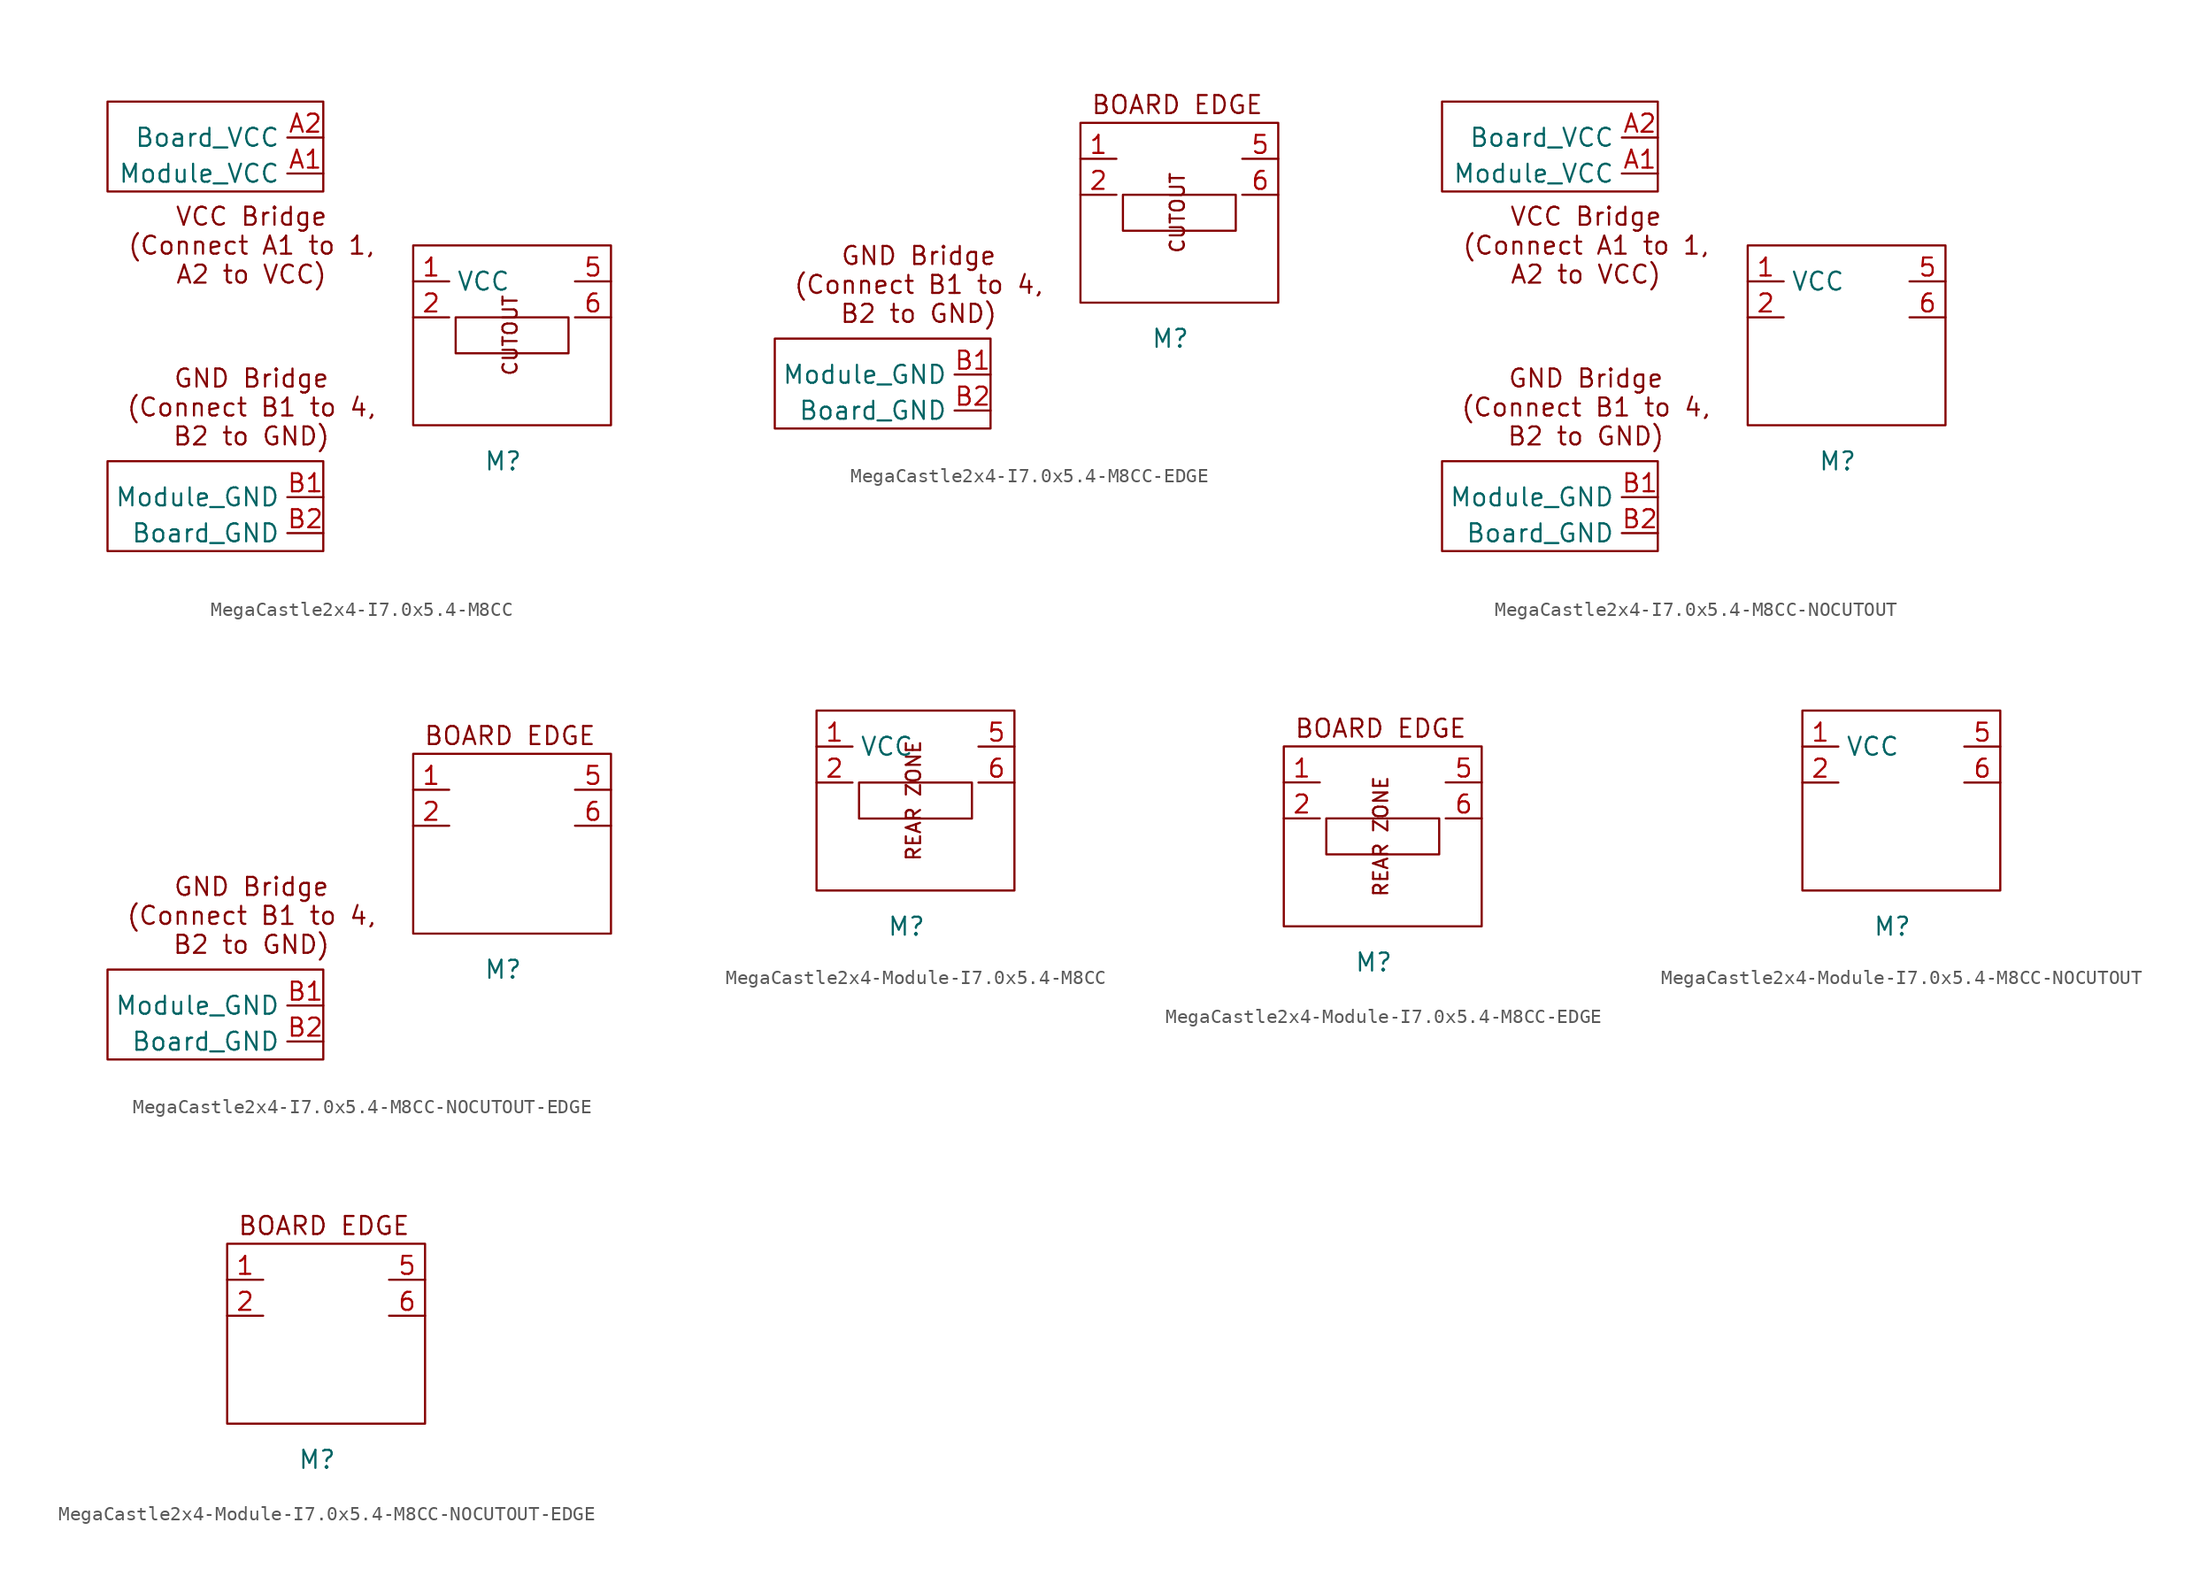
<source format=kicad_sym>
(kicad_symbol_lib
  (version 20241209)
  (generator "kicad_symbol_editor")
  (generator_version "9.0")
  (symbol "MegaCastle2x4-I7.0x5.4-M8CC"
    (property "Reference" "M"
      (at 0 -8.89 0)
      (effects (font (size 1.27 1.27))))
    (property "Value" ""
      (at 0 5.08 0)
      (effects (font (size 1.27 1.27))))
    (symbol "MegaCastle2x4-I7.0x5.4-M8CC_0_1"
      (rectangle (start -27.94 16.51) (end -12.7 10.16) (stroke (width 0) (type default)) (fill (type none)))
      (rectangle (start -27.94 -8.89) (end -12.7 -15.24) (stroke (width 0) (type default)) (fill (type none)))
      (rectangle (start -6.35 6.35) (end 7.62 -6.35) (stroke (width 0) (type default)) (fill (type none)))
      (rectangle (start -3.35 1.27) (end 4.62 -1.27) (stroke (width 0) (type default)) (fill (type none))))
    (symbol "MegaCastle2x4-I7.0x5.4-M8CC_1_1"
      (text "VCC Bridge\n(Connect A1 to 1,\nA2 to VCC)" (at -17.78 6.35 0) (effects (font (size 1.27 1.27))))
      (text "GND Bridge\n(Connect B1 to 4,\nB2 to GND)" (at -17.78 -5.08 0) (effects (font (size 1.27 1.27))))
      (text "CUTOUT" (at 0.5 0 900) (effects (font (size 1 1))))
      (pin bidirectional line (at -12.7 13.97 180) (length 2.54) (name "Board_VCC" (effects (font (size 1.27 1.27)))) (number "A2" (effects (font (size 1.27 1.27)))))
      (pin bidirectional line (at -12.7 11.43 180) (length 2.54) (name "Module_VCC" (effects (font (size 1.27 1.27)))) (number "A1" (effects (font (size 1.27 1.27)))))
      (pin bidirectional line (at -12.7 -11.43 180) (length 2.54) (name "Module_GND" (effects (font (size 1.27 1.27)))) (number "B1" (effects (font (size 1.27 1.27)))))
      (pin bidirectional line (at -12.7 -13.97 180) (length 2.54) (name "Board_GND" (effects (font (size 1.27 1.27)))) (number "B2" (effects (font (size 1.27 1.27)))))
      (pin bidirectional line (at -6.35 3.81 0) (length 2.54) (name "VCC" (effects (font (size 1.27 1.27)))) (number "1" (effects (font (size 1.27 1.27)))))
      (pin bidirectional line (at -6.35 1.27 0) (length 2.54) (name "" (effects (font (size 1.27 1.27)))) (number "2" (effects (font (size 1.27 1.27)))))
      (pin bidirectional line (at 7.62 3.81 180) (length 2.54) (name "" (effects (font (size 1.27 1.27)))) (number "5" (effects (font (size 1.27 1.27)))))
      (pin bidirectional line (at 7.62 1.27 180) (length 2.54) (name "" (effects (font (size 1.27 1.27)))) (number "6" (effects (font (size 1.27 1.27)))))))
  (symbol "MegaCastle2x4-I7.0x5.4-M8CC-EDGE"
    (property "Reference" "M"
      (at 0 -8.89 0)
      (effects (font (size 1.27 1.27))))
    (property "Value" ""
      (at 0 5.08 0)
      (effects (font (size 1.27 1.27))))
    (symbol "MegaCastle2x4-I7.0x5.4-M8CC-EDGE_0_1"
      (rectangle (start -27.94 -8.89) (end -12.7 -15.24) (stroke (width 0) (type default)) (fill (type none)))
      (rectangle (start -6.35 6.35) (end 7.62 -6.35) (stroke (width 0) (type default)) (fill (type none)))
      (rectangle (start -3.35 1.27) (end 4.62 -1.27) (stroke (width 0) (type default)) (fill (type none))))
    (symbol "MegaCastle2x4-I7.0x5.4-M8CC-EDGE_1_1"
      (text "GND Bridge\n(Connect B1 to 4,\nB2 to GND)" (at -17.78 -5.08 0) (effects (font (size 1.27 1.27))))
      (text " BOARD EDGE" (at 0 7.62 0) (effects (font (size 1.27 1.27))))
      (text "CUTOUT" (at 0.5 0 900) (effects (font (size 1 1))))
      (pin bidirectional line (at -12.7 -11.43 180) (length 2.54) (name "Module_GND" (effects (font (size 1.27 1.27)))) (number "B1" (effects (font (size 1.27 1.27)))))
      (pin bidirectional line (at -12.7 -13.97 180) (length 2.54) (name "Board_GND" (effects (font (size 1.27 1.27)))) (number "B2" (effects (font (size 1.27 1.27)))))
      (pin bidirectional line (at -6.35 3.81 0) (length 2.54) (name "" (effects (font (size 1.27 1.27)))) (number "1" (effects (font (size 1.27 1.27)))))
      (pin bidirectional line (at -6.35 1.27 0) (length 2.54) (name "" (effects (font (size 1.27 1.27)))) (number "2" (effects (font (size 1.27 1.27)))))
      (pin bidirectional line (at 7.62 3.81 180) (length 2.54) (name "" (effects (font (size 1.27 1.27)))) (number "5" (effects (font (size 1.27 1.27)))))
      (pin bidirectional line (at 7.62 1.27 180) (length 2.54) (name "" (effects (font (size 1.27 1.27)))) (number "6" (effects (font (size 1.27 1.27)))))))
  (symbol "MegaCastle2x4-I7.0x5.4-M8CC-NOCUTOUT"
    (property "Reference" "M"
      (at 0 -8.89 0)
      (effects (font (size 1.27 1.27))))
    (property "Value" ""
      (at 0 5.08 0)
      (effects (font (size 1.27 1.27))))
    (symbol "MegaCastle2x4-I7.0x5.4-M8CC-NOCUTOUT_0_1"
      (rectangle (start -27.94 16.51) (end -12.7 10.16) (stroke (width 0) (type default)) (fill (type none)))
      (rectangle (start -27.94 -8.89) (end -12.7 -15.24) (stroke (width 0) (type default)) (fill (type none)))
      (rectangle (start -6.35 6.35) (end 7.62 -6.35) (stroke (width 0) (type default)) (fill (type none))))
    (symbol "MegaCastle2x4-I7.0x5.4-M8CC-NOCUTOUT_1_1"
      (text "VCC Bridge\n(Connect A1 to 1,\nA2 to VCC)" (at -17.78 6.35 0) (effects (font (size 1.27 1.27))))
      (text "GND Bridge\n(Connect B1 to 4,\nB2 to GND)" (at -17.78 -5.08 0) (effects (font (size 1.27 1.27))))
      (pin bidirectional line (at -12.7 13.97 180) (length 2.54) (name "Board_VCC" (effects (font (size 1.27 1.27)))) (number "A2" (effects (font (size 1.27 1.27)))))
      (pin bidirectional line (at -12.7 11.43 180) (length 2.54) (name "Module_VCC" (effects (font (size 1.27 1.27)))) (number "A1" (effects (font (size 1.27 1.27)))))
      (pin bidirectional line (at -12.7 -11.43 180) (length 2.54) (name "Module_GND" (effects (font (size 1.27 1.27)))) (number "B1" (effects (font (size 1.27 1.27)))))
      (pin bidirectional line (at -12.7 -13.97 180) (length 2.54) (name "Board_GND" (effects (font (size 1.27 1.27)))) (number "B2" (effects (font (size 1.27 1.27)))))
      (pin bidirectional line (at -6.35 3.81 0) (length 2.54) (name "VCC" (effects (font (size 1.27 1.27)))) (number "1" (effects (font (size 1.27 1.27)))))
      (pin bidirectional line (at -6.35 1.27 0) (length 2.54) (name "" (effects (font (size 1.27 1.27)))) (number "2" (effects (font (size 1.27 1.27)))))
      (pin bidirectional line (at 7.62 3.81 180) (length 2.54) (name "" (effects (font (size 1.27 1.27)))) (number "5" (effects (font (size 1.27 1.27)))))
      (pin bidirectional line (at 7.62 1.27 180) (length 2.54) (name "" (effects (font (size 1.27 1.27)))) (number "6" (effects (font (size 1.27 1.27)))))))
  (symbol "MegaCastle2x4-I7.0x5.4-M8CC-NOCUTOUT-EDGE"
    (property "Reference" "M"
      (at 0 -8.89 0)
      (effects (font (size 1.27 1.27))))
    (property "Value" ""
      (at 0 5.08 0)
      (effects (font (size 1.27 1.27))))
    (symbol "MegaCastle2x4-I7.0x5.4-M8CC-NOCUTOUT-EDGE_0_1"
      (rectangle (start -27.94 -8.89) (end -12.7 -15.24) (stroke (width 0) (type default)) (fill (type none)))
      (rectangle (start -6.35 6.35) (end 7.62 -6.35) (stroke (width 0) (type default)) (fill (type none))))
    (symbol "MegaCastle2x4-I7.0x5.4-M8CC-NOCUTOUT-EDGE_1_1"
      (text "GND Bridge\n(Connect B1 to 4,\nB2 to GND)" (at -17.78 -5.08 0) (effects (font (size 1.27 1.27))))
      (text " BOARD EDGE" (at 0 7.62 0) (effects (font (size 1.27 1.27))))
      (pin bidirectional line (at -12.7 -11.43 180) (length 2.54) (name "Module_GND" (effects (font (size 1.27 1.27)))) (number "B1" (effects (font (size 1.27 1.27)))))
      (pin bidirectional line (at -12.7 -13.97 180) (length 2.54) (name "Board_GND" (effects (font (size 1.27 1.27)))) (number "B2" (effects (font (size 1.27 1.27)))))
      (pin bidirectional line (at -6.35 3.81 0) (length 2.54) (name "" (effects (font (size 1.27 1.27)))) (number "1" (effects (font (size 1.27 1.27)))))
      (pin bidirectional line (at -6.35 1.27 0) (length 2.54) (name "" (effects (font (size 1.27 1.27)))) (number "2" (effects (font (size 1.27 1.27)))))
      (pin bidirectional line (at 7.62 3.81 180) (length 2.54) (name "" (effects (font (size 1.27 1.27)))) (number "5" (effects (font (size 1.27 1.27)))))
      (pin bidirectional line (at 7.62 1.27 180) (length 2.54) (name "" (effects (font (size 1.27 1.27)))) (number "6" (effects (font (size 1.27 1.27)))))))
  (symbol "MegaCastle2x4-Module-I7.0x5.4-M8CC"
    (property "Reference" "M"
      (at 0 -8.89 0)
      (effects (font (size 1.27 1.27))))
    (property "Value" ""
      (at 0 5.08 0)
      (effects (font (size 1.27 1.27))))
    (symbol "MegaCastle2x4-Module-I7.0x5.4-M8CC_0_1"
      (rectangle (start -6.35 6.35) (end 7.62 -6.35) (stroke (width 0) (type default)) (fill (type none)))
      (rectangle (start -3.35 1.27) (end 4.62 -1.27) (stroke (width 0) (type default)) (fill (type none))))
    (symbol "MegaCastle2x4-Module-I7.0x5.4-M8CC_1_1"
      (text "REAR ZONE" (at 0.5 0 900) (effects (font (size 1 1))))
      (pin bidirectional line (at -6.35 3.81 0) (length 2.54) (name "VCC" (effects (font (size 1.27 1.27)))) (number "1" (effects (font (size 1.27 1.27)))))
      (pin bidirectional line (at -6.35 1.27 0) (length 2.54) (name "" (effects (font (size 1.27 1.27)))) (number "2" (effects (font (size 1.27 1.27)))))
      (pin bidirectional line (at 7.62 3.81 180) (length 2.54) (name "" (effects (font (size 1.27 1.27)))) (number "5" (effects (font (size 1.27 1.27)))))
      (pin bidirectional line (at 7.62 1.27 180) (length 2.54) (name "" (effects (font (size 1.27 1.27)))) (number "6" (effects (font (size 1.27 1.27)))))))
  (symbol "MegaCastle2x4-Module-I7.0x5.4-M8CC-EDGE"
    (property "Reference" "M"
      (at 0 -8.89 0)
      (effects (font (size 1.27 1.27))))
    (property "Value" ""
      (at 0 5.08 0)
      (effects (font (size 1.27 1.27))))
    (symbol "MegaCastle2x4-Module-I7.0x5.4-M8CC-EDGE_0_1"
      (rectangle (start -6.35 6.35) (end 7.62 -6.35) (stroke (width 0) (type default)) (fill (type none)))
      (rectangle (start -3.35 1.27) (end 4.62 -1.27) (stroke (width 0) (type default)) (fill (type none))))
    (symbol "MegaCastle2x4-Module-I7.0x5.4-M8CC-EDGE_1_1"
      (text " BOARD EDGE" (at 0 7.62 0) (effects (font (size 1.27 1.27))))
      (text "REAR ZONE" (at 0.5 0 900) (effects (font (size 1 1))))
      (pin bidirectional line (at -6.35 3.81 0) (length 2.54) (name "" (effects (font (size 1.27 1.27)))) (number "1" (effects (font (size 1.27 1.27)))))
      (pin bidirectional line (at -6.35 1.27 0) (length 2.54) (name "" (effects (font (size 1.27 1.27)))) (number "2" (effects (font (size 1.27 1.27)))))
      (pin bidirectional line (at 7.62 3.81 180) (length 2.54) (name "" (effects (font (size 1.27 1.27)))) (number "5" (effects (font (size 1.27 1.27)))))
      (pin bidirectional line (at 7.62 1.27 180) (length 2.54) (name "" (effects (font (size 1.27 1.27)))) (number "6" (effects (font (size 1.27 1.27)))))))
  (symbol "MegaCastle2x4-Module-I7.0x5.4-M8CC-NOCUTOUT"
    (property "Reference" "M"
      (at 0 -8.89 0)
      (effects (font (size 1.27 1.27))))
    (property "Value" ""
      (at 0 5.08 0)
      (effects (font (size 1.27 1.27))))
    (symbol "MegaCastle2x4-Module-I7.0x5.4-M8CC-NOCUTOUT_0_1"
      (rectangle (start -6.35 6.35) (end 7.62 -6.35) (stroke (width 0) (type default)) (fill (type none))))
    (symbol "MegaCastle2x4-Module-I7.0x5.4-M8CC-NOCUTOUT_1_1"
      (pin bidirectional line (at -6.35 3.81 0) (length 2.54) (name "VCC" (effects (font (size 1.27 1.27)))) (number "1" (effects (font (size 1.27 1.27)))))
      (pin bidirectional line (at -6.35 1.27 0) (length 2.54) (name "" (effects (font (size 1.27 1.27)))) (number "2" (effects (font (size 1.27 1.27)))))
      (pin bidirectional line (at 7.62 3.81 180) (length 2.54) (name "" (effects (font (size 1.27 1.27)))) (number "5" (effects (font (size 1.27 1.27)))))
      (pin bidirectional line (at 7.62 1.27 180) (length 2.54) (name "" (effects (font (size 1.27 1.27)))) (number "6" (effects (font (size 1.27 1.27)))))))
  (symbol "MegaCastle2x4-Module-I7.0x5.4-M8CC-NOCUTOUT-EDGE"
    (property "Reference" "M"
      (at 0 -8.89 0)
      (effects (font (size 1.27 1.27))))
    (property "Value" ""
      (at 0 5.08 0)
      (effects (font (size 1.27 1.27))))
    (symbol "MegaCastle2x4-Module-I7.0x5.4-M8CC-NOCUTOUT-EDGE_0_1"
      (rectangle (start -6.35 6.35) (end 7.62 -6.35) (stroke (width 0) (type default)) (fill (type none))))
    (symbol "MegaCastle2x4-Module-I7.0x5.4-M8CC-NOCUTOUT-EDGE_1_1"
      (text " BOARD EDGE" (at 0 7.62 0) (effects (font (size 1.27 1.27))))
      (pin bidirectional line (at -6.35 3.81 0) (length 2.54) (name "" (effects (font (size 1.27 1.27)))) (number "1" (effects (font (size 1.27 1.27)))))
      (pin bidirectional line (at -6.35 1.27 0) (length 2.54) (name "" (effects (font (size 1.27 1.27)))) (number "2" (effects (font (size 1.27 1.27)))))
      (pin bidirectional line (at 7.62 3.81 180) (length 2.54) (name "" (effects (font (size 1.27 1.27)))) (number "5" (effects (font (size 1.27 1.27)))))
      (pin bidirectional line (at 7.62 1.27 180) (length 2.54) (name "" (effects (font (size 1.27 1.27)))) (number "6" (effects (font (size 1.27 1.27))))))))
</source>
